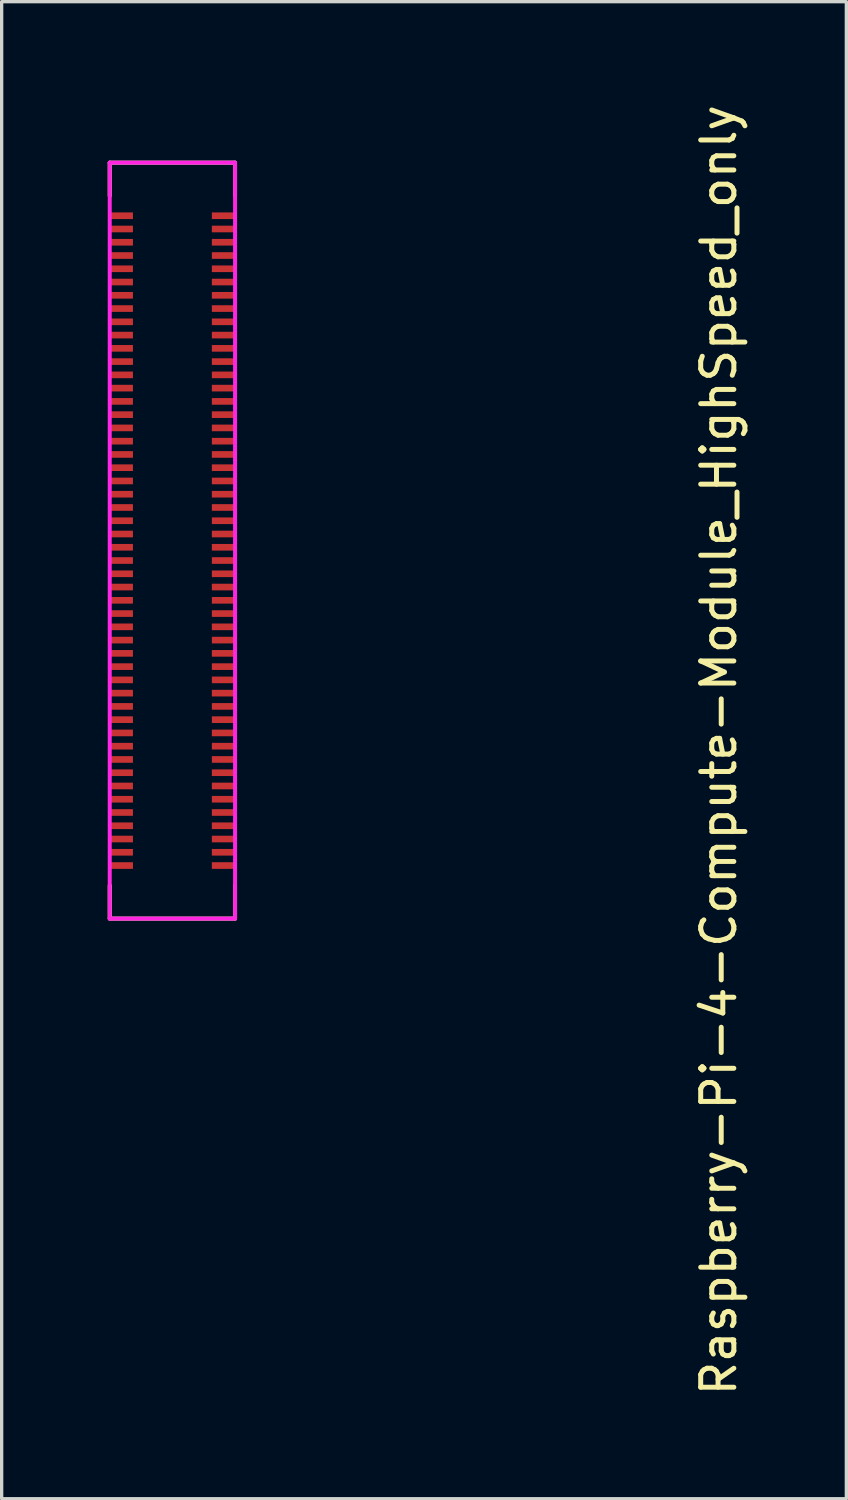
<source format=kicad_pcb>
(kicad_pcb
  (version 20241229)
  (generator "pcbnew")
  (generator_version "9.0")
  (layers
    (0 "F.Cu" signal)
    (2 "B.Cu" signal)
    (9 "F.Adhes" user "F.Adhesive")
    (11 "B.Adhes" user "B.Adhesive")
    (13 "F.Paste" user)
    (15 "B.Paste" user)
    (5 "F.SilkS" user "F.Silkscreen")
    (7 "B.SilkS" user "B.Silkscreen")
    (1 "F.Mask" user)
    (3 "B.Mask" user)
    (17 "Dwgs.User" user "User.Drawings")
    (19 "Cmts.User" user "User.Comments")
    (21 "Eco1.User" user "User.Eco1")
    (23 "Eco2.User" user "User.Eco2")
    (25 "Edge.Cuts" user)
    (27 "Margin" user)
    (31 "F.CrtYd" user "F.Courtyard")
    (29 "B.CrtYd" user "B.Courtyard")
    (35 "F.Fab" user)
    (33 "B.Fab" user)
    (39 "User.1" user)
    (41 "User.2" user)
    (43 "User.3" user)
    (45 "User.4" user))
  (footprint "Raspberry-Pi-4-Compute-Module_HighSpeed_only"
    (layer "F.Cu")
    (at 0.25 24.657)
    (property "Reference" "Raspberry-Pi-4-Compute-Module_HighSpeed_only" (at 18.38 -5.08 270) (layer "F.SilkS") (effects (font (size 1 1) (thickness 0.15))))
    (attr smd)
    (fp_line (start 0.01 -22.8) (end 0.01 -21.8) (stroke (width 0.12) (type solid)) (layer "F.SilkS"))
    (fp_line (start 0.01 -22.8) (end 3.79 -22.8) (stroke (width 0.12) (type solid)) (layer "F.SilkS"))
    (fp_line (start 0.01 0) (end 0.01 -1) (stroke (width 0.12) (type solid)) (layer "F.SilkS"))
    (fp_line (start 0.01 0) (end 3.79 0) (stroke (width 0.12) (type solid)) (layer "F.SilkS"))
    (fp_line (start 3.79 -22.8) (end 3.79 -21.8) (stroke (width 0.12) (type solid)) (layer "F.SilkS"))
    (fp_line (start 3.79 0) (end 3.79 -1) (stroke (width 0.12) (type solid)) (layer "F.SilkS"))
    (fp_line (start 0.01 -22.8) (end 3.79 -22.8) (stroke (width 0.12) (type solid)) (layer "F.CrtYd"))
    (fp_line (start 0.01 0) (end 0.01 -22.8) (stroke (width 0.12) (type solid)) (layer "F.CrtYd"))
    (fp_line (start 3.79 -22.8) (end 3.79 0) (stroke (width 0.12) (type solid)) (layer "F.CrtYd"))
    (fp_line (start 3.79 0) (end 0.01 0) (stroke (width 0.12) (type solid)) (layer "F.CrtYd"))
    (pad "101" smd rect (at 0.36 -21.2 270) (size 0.2 0.7) (layers "F.Cu" "F.Mask" "F.Paste"))
    (pad "102" smd rect (at 3.44 -21.2 270) (size 0.2 0.7) (layers "F.Cu" "F.Mask" "F.Paste"))
    (pad "103" smd rect (at 0.36 -20.8 270) (size 0.2 0.7) (layers "F.Cu" "F.Mask" "F.Paste"))
    (pad "104" smd rect (at 3.44 -20.8 270) (size 0.2 0.7) (layers "F.Cu" "F.Mask" "F.Paste"))
    (pad "105" smd rect (at 0.36 -20.4 270) (size 0.2 0.7) (layers "F.Cu" "F.Mask" "F.Paste"))
    (pad "106" smd rect (at 3.44 -20.4 270) (size 0.2 0.7) (layers "F.Cu" "F.Mask" "F.Paste"))
    (pad "107" smd rect (at 0.36 -20 270) (size 0.2 0.7) (layers "F.Cu" "F.Mask" "F.Paste"))
    (pad "108" smd rect (at 3.44 -20 270) (size 0.2 0.7) (layers "F.Cu" "F.Mask" "F.Paste"))
    (pad "109" smd rect (at 0.36 -19.6 270) (size 0.2 0.7) (layers "F.Cu" "F.Mask" "F.Paste"))
    (pad "110" smd rect (at 3.44 -19.6 270) (size 0.2 0.7) (layers "F.Cu" "F.Mask" "F.Paste"))
    (pad "111" smd rect (at 0.36 -19.2 270) (size 0.2 0.7) (layers "F.Cu" "F.Mask" "F.Paste"))
    (pad "112" smd rect (at 3.44 -19.2 270) (size 0.2 0.7) (layers "F.Cu" "F.Mask" "F.Paste"))
    (pad "113" smd rect (at 0.36 -18.8 270) (size 0.2 0.7) (layers "F.Cu" "F.Mask" "F.Paste"))
    (pad "114" smd rect (at 3.44 -18.8 270) (size 0.2 0.7) (layers "F.Cu" "F.Mask" "F.Paste"))
    (pad "115" smd rect (at 0.36 -18.4 270) (size 0.2 0.7) (layers "F.Cu" "F.Mask" "F.Paste"))
    (pad "116" smd rect (at 3.44 -18.4 270) (size 0.2 0.7) (layers "F.Cu" "F.Mask" "F.Paste"))
    (pad "117" smd rect (at 0.36 -18 270) (size 0.2 0.7) (layers "F.Cu" "F.Mask" "F.Paste"))
    (pad "118" smd rect (at 3.44 -18 270) (size 0.2 0.7) (layers "F.Cu" "F.Mask" "F.Paste"))
    (pad "119" smd rect (at 0.36 -17.6 270) (size 0.2 0.7) (layers "F.Cu" "F.Mask" "F.Paste"))
    (pad "120" smd rect (at 3.44 -17.6 270) (size 0.2 0.7) (layers "F.Cu" "F.Mask" "F.Paste"))
    (pad "121" smd rect (at 0.36 -17.2 270) (size 0.2 0.7) (layers "F.Cu" "F.Mask" "F.Paste"))
    (pad "122" smd rect (at 3.44 -17.2 270) (size 0.2 0.7) (layers "F.Cu" "F.Mask" "F.Paste"))
    (pad "123" smd rect (at 0.36 -16.8 270) (size 0.2 0.7) (layers "F.Cu" "F.Mask" "F.Paste"))
    (pad "124" smd rect (at 3.44 -16.8 270) (size 0.2 0.7) (layers "F.Cu" "F.Mask" "F.Paste"))
    (pad "125" smd rect (at 0.36 -16.4 270) (size 0.2 0.7) (layers "F.Cu" "F.Mask" "F.Paste"))
    (pad "126" smd rect (at 3.44 -16.4 270) (size 0.2 0.7) (layers "F.Cu" "F.Mask" "F.Paste"))
    (pad "127" smd rect (at 0.36 -16 270) (size 0.2 0.7) (layers "F.Cu" "F.Mask" "F.Paste"))
    (pad "128" smd rect (at 3.44 -16 270) (size 0.2 0.7) (layers "F.Cu" "F.Mask" "F.Paste"))
    (pad "129" smd rect (at 0.36 -15.6 270) (size 0.2 0.7) (layers "F.Cu" "F.Mask" "F.Paste"))
    (pad "130" smd rect (at 3.44 -15.6 270) (size 0.2 0.7) (layers "F.Cu" "F.Mask" "F.Paste"))
    (pad "131" smd rect (at 0.36 -15.2 270) (size 0.2 0.7) (layers "F.Cu" "F.Mask" "F.Paste"))
    (pad "132" smd rect (at 3.44 -15.2 270) (size 0.2 0.7) (layers "F.Cu" "F.Mask" "F.Paste"))
    (pad "133" smd rect (at 0.36 -14.8 270) (size 0.2 0.7) (layers "F.Cu" "F.Mask" "F.Paste"))
    (pad "134" smd rect (at 3.44 -14.8 270) (size 0.2 0.7) (layers "F.Cu" "F.Mask" "F.Paste"))
    (pad "135" smd rect (at 0.36 -14.4 270) (size 0.2 0.7) (layers "F.Cu" "F.Mask" "F.Paste"))
    (pad "136" smd rect (at 3.44 -14.4 270) (size 0.2 0.7) (layers "F.Cu" "F.Mask" "F.Paste"))
    (pad "137" smd rect (at 0.36 -14 270) (size 0.2 0.7) (layers "F.Cu" "F.Mask" "F.Paste"))
    (pad "138" smd rect (at 3.44 -14 270) (size 0.2 0.7) (layers "F.Cu" "F.Mask" "F.Paste"))
    (pad "139" smd rect (at 0.36 -13.6 270) (size 0.2 0.7) (layers "F.Cu" "F.Mask" "F.Paste"))
    (pad "140" smd rect (at 3.44 -13.6 270) (size 0.2 0.7) (layers "F.Cu" "F.Mask" "F.Paste"))
    (pad "141" smd rect (at 0.36 -13.2 270) (size 0.2 0.7) (layers "F.Cu" "F.Mask" "F.Paste"))
    (pad "142" smd rect (at 3.44 -13.2 270) (size 0.2 0.7) (layers "F.Cu" "F.Mask" "F.Paste"))
    (pad "143" smd rect (at 0.36 -12.8 270) (size 0.2 0.7) (layers "F.Cu" "F.Mask" "F.Paste"))
    (pad "144" smd rect (at 3.44 -12.8 270) (size 0.2 0.7) (layers "F.Cu" "F.Mask" "F.Paste"))
    (pad "145" smd rect (at 0.36 -12.4 270) (size 0.2 0.7) (layers "F.Cu" "F.Mask" "F.Paste"))
    (pad "146" smd rect (at 3.44 -12.4 270) (size 0.2 0.7) (layers "F.Cu" "F.Mask" "F.Paste"))
    (pad "147" smd rect (at 0.36 -12 270) (size 0.2 0.7) (layers "F.Cu" "F.Mask" "F.Paste"))
    (pad "148" smd rect (at 3.44 -12 270) (size 0.2 0.7) (layers "F.Cu" "F.Mask" "F.Paste"))
    (pad "149" smd rect (at 0.36 -11.6 270) (size 0.2 0.7) (layers "F.Cu" "F.Mask" "F.Paste"))
    (pad "150" smd rect (at 3.44 -11.6 270) (size 0.2 0.7) (layers "F.Cu" "F.Mask" "F.Paste"))
    (pad "151" smd rect (at 0.36 -11.2 270) (size 0.2 0.7) (layers "F.Cu" "F.Mask" "F.Paste"))
    (pad "152" smd rect (at 3.44 -11.2 270) (size 0.2 0.7) (layers "F.Cu" "F.Mask" "F.Paste"))
    (pad "153" smd rect (at 0.36 -10.8 270) (size 0.2 0.7) (layers "F.Cu" "F.Mask" "F.Paste"))
    (pad "154" smd rect (at 3.44 -10.8 270) (size 0.2 0.7) (layers "F.Cu" "F.Mask" "F.Paste"))
    (pad "155" smd rect (at 0.36 -10.4 270) (size 0.2 0.7) (layers "F.Cu" "F.Mask" "F.Paste"))
    (pad "156" smd rect (at 3.44 -10.4 270) (size 0.2 0.7) (layers "F.Cu" "F.Mask" "F.Paste"))
    (pad "157" smd rect (at 0.36 -10 270) (size 0.2 0.7) (layers "F.Cu" "F.Mask" "F.Paste"))
    (pad "158" smd rect (at 3.44 -10 270) (size 0.2 0.7) (layers "F.Cu" "F.Mask" "F.Paste"))
    (pad "159" smd rect (at 0.36 -9.6 270) (size 0.2 0.7) (layers "F.Cu" "F.Mask" "F.Paste"))
    (pad "160" smd rect (at 3.44 -9.6 270) (size 0.2 0.7) (layers "F.Cu" "F.Mask" "F.Paste"))
    (pad "161" smd rect (at 0.36 -9.2 270) (size 0.2 0.7) (layers "F.Cu" "F.Mask" "F.Paste"))
    (pad "162" smd rect (at 3.44 -9.2 270) (size 0.2 0.7) (layers "F.Cu" "F.Mask" "F.Paste"))
    (pad "163" smd rect (at 0.36 -8.8 270) (size 0.2 0.7) (layers "F.Cu" "F.Mask" "F.Paste"))
    (pad "164" smd rect (at 3.44 -8.8 270) (size 0.2 0.7) (layers "F.Cu" "F.Mask" "F.Paste"))
    (pad "165" smd rect (at 0.36 -8.4 270) (size 0.2 0.7) (layers "F.Cu" "F.Mask" "F.Paste"))
    (pad "166" smd rect (at 3.44 -8.4 270) (size 0.2 0.7) (layers "F.Cu" "F.Mask" "F.Paste"))
    (pad "167" smd rect (at 0.36 -8 270) (size 0.2 0.7) (layers "F.Cu" "F.Mask" "F.Paste"))
    (pad "168" smd rect (at 3.44 -8 270) (size 0.2 0.7) (layers "F.Cu" "F.Mask" "F.Paste"))
    (pad "169" smd rect (at 0.36 -7.6 270) (size 0.2 0.7) (layers "F.Cu" "F.Mask" "F.Paste"))
    (pad "170" smd rect (at 3.44 -7.6 270) (size 0.2 0.7) (layers "F.Cu" "F.Mask" "F.Paste"))
    (pad "171" smd rect (at 0.36 -7.2 270) (size 0.2 0.7) (layers "F.Cu" "F.Mask" "F.Paste"))
    (pad "172" smd rect (at 3.44 -7.2 270) (size 0.2 0.7) (layers "F.Cu" "F.Mask" "F.Paste"))
    (pad "173" smd rect (at 0.36 -6.8 270) (size 0.2 0.7) (layers "F.Cu" "F.Mask" "F.Paste"))
    (pad "174" smd rect (at 3.44 -6.8 270) (size 0.2 0.7) (layers "F.Cu" "F.Mask" "F.Paste"))
    (pad "175" smd rect (at 0.36 -6.4 270) (size 0.2 0.7) (layers "F.Cu" "F.Mask" "F.Paste"))
    (pad "176" smd rect (at 3.44 -6.4 270) (size 0.2 0.7) (layers "F.Cu" "F.Mask" "F.Paste"))
    (pad "177" smd rect (at 0.36 -6 270) (size 0.2 0.7) (layers "F.Cu" "F.Mask" "F.Paste"))
    (pad "178" smd rect (at 3.44 -6 270) (size 0.2 0.7) (layers "F.Cu" "F.Mask" "F.Paste"))
    (pad "179" smd rect (at 0.36 -5.6 270) (size 0.2 0.7) (layers "F.Cu" "F.Mask" "F.Paste"))
    (pad "180" smd rect (at 3.44 -5.6 270) (size 0.2 0.7) (layers "F.Cu" "F.Mask" "F.Paste"))
    (pad "181" smd rect (at 0.36 -5.2 270) (size 0.2 0.7) (layers "F.Cu" "F.Mask" "F.Paste"))
    (pad "182" smd rect (at 3.44 -5.2 270) (size 0.2 0.7) (layers "F.Cu" "F.Mask" "F.Paste"))
    (pad "183" smd rect (at 0.36 -4.8 270) (size 0.2 0.7) (layers "F.Cu" "F.Mask" "F.Paste"))
    (pad "184" smd rect (at 3.44 -4.8 270) (size 0.2 0.7) (layers "F.Cu" "F.Mask" "F.Paste"))
    (pad "185" smd rect (at 0.36 -4.4 270) (size 0.2 0.7) (layers "F.Cu" "F.Mask" "F.Paste"))
    (pad "186" smd rect (at 3.44 -4.4 270) (size 0.2 0.7) (layers "F.Cu" "F.Mask" "F.Paste"))
    (pad "187" smd rect (at 0.36 -4 270) (size 0.2 0.7) (layers "F.Cu" "F.Mask" "F.Paste"))
    (pad "188" smd rect (at 3.44 -4 270) (size 0.2 0.7) (layers "F.Cu" "F.Mask" "F.Paste"))
    (pad "189" smd rect (at 0.36 -3.6 270) (size 0.2 0.7) (layers "F.Cu" "F.Mask" "F.Paste"))
    (pad "190" smd rect (at 3.44 -3.6 270) (size 0.2 0.7) (layers "F.Cu" "F.Mask" "F.Paste"))
    (pad "191" smd rect (at 0.36 -3.2 270) (size 0.2 0.7) (layers "F.Cu" "F.Mask" "F.Paste"))
    (pad "192" smd rect (at 3.44 -3.2 270) (size 0.2 0.7) (layers "F.Cu" "F.Mask" "F.Paste"))
    (pad "193" smd rect (at 0.36 -2.8 270) (size 0.2 0.7) (layers "F.Cu" "F.Mask" "F.Paste"))
    (pad "194" smd rect (at 3.44 -2.8 270) (size 0.2 0.7) (layers "F.Cu" "F.Mask" "F.Paste"))
    (pad "195" smd rect (at 0.36 -2.4 270) (size 0.2 0.7) (layers "F.Cu" "F.Mask" "F.Paste"))
    (pad "196" smd rect (at 3.44 -2.4 270) (size 0.2 0.7) (layers "F.Cu" "F.Mask" "F.Paste"))
    (pad "197" smd rect (at 0.36 -2 270) (size 0.2 0.7) (layers "F.Cu" "F.Mask" "F.Paste"))
    (pad "198" smd rect (at 3.44 -2 270) (size 0.2 0.7) (layers "F.Cu" "F.Mask" "F.Paste"))
    (pad "199" smd rect (at 0.36 -1.6 270) (size 0.2 0.7) (layers "F.Cu" "F.Mask" "F.Paste"))
    (pad "200" smd rect (at 3.44 -1.6 270) (size 0.2 0.7) (layers "F.Cu" "F.Mask" "F.Paste")))
  (gr_rect
    (start -3 -3)
    (end 22.478 42.155)
    (stroke (width 0.1) (type default))
    (fill no)
    (layer "Edge.Cuts")))
</source>
